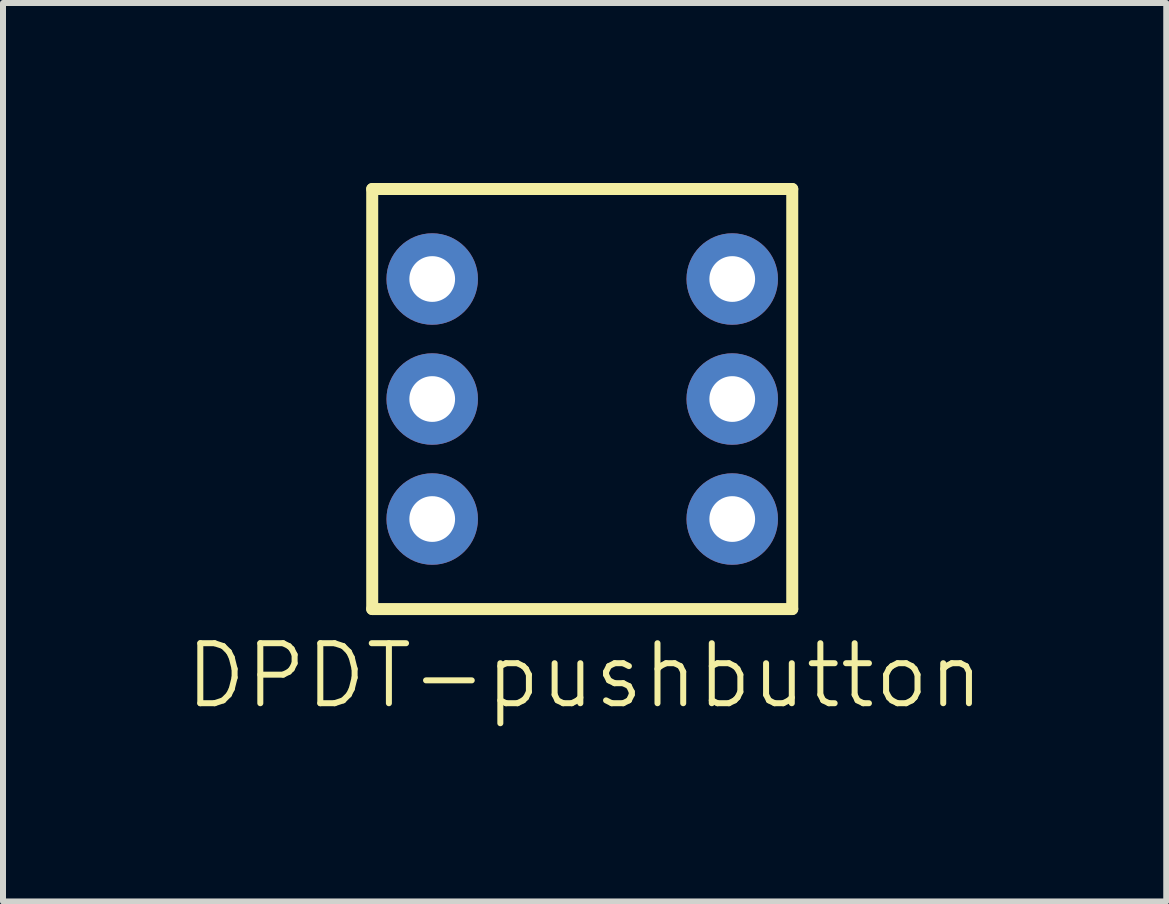
<source format=kicad_pcb>
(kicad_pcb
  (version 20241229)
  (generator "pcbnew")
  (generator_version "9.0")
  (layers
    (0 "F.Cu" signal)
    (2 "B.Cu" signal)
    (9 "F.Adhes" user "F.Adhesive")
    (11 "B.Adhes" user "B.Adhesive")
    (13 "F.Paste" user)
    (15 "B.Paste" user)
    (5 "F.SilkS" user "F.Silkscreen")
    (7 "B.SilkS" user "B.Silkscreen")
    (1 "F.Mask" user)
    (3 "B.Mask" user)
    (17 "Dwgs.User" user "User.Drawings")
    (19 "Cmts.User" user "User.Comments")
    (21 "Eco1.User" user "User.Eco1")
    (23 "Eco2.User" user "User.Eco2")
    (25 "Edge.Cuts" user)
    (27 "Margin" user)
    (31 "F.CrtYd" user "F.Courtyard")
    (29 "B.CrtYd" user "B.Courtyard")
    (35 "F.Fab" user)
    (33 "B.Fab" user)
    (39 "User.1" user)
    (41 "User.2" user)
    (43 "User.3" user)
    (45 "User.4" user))
  (footprint "DPDT-pushbutton"
    (layer "F.Cu")
    (at 6.693 8.712)
    (property "Reference" "DPDT-pushbutton" (at 0 -0.5 0) (unlocked yes) (layer "F.SilkS") (effects (font (size 1 1) (thickness 0.1))))
    (attr smd)
    (fp_line (start -3.54 -8.612) (end -3.54 -1.612) (stroke (width 0.2) (type solid)) (layer "F.SilkS"))
    (fp_line (start -3.54 -1.612) (end 3.46 -1.612) (stroke (width 0.2) (type solid)) (layer "F.SilkS"))
    (fp_line (start 3.46 -8.612) (end -3.54 -8.612) (stroke (width 0.2) (type solid)) (layer "F.SilkS"))
    (fp_line (start 3.46 -1.612) (end 3.46 -8.612) (stroke (width 0.2) (type solid)) (layer "F.SilkS"))
    (pad "1" thru_hole circle (at -2.54 -7.112) (size 1.524 1.524) (drill 0.762) (layers "*.Cu" "*.Mask"))
    (pad "2" thru_hole circle (at -2.54 -5.112) (size 1.524 1.524) (drill 0.762) (layers "*.Cu" "*.Mask"))
    (pad "3" thru_hole circle (at -2.54 -3.112) (size 1.524 1.524) (drill 0.762) (layers "*.Cu" "*.Mask"))
    (pad "4" thru_hole circle (at 2.46 -7.112) (size 1.524 1.524) (drill 0.762) (layers "*.Cu" "*.Mask"))
    (pad "5" thru_hole circle (at 2.46 -5.112) (size 1.524 1.524) (drill 0.762) (layers "*.Cu" "*.Mask"))
    (pad "6" thru_hole circle (at 2.46 -3.112) (size 1.524 1.524) (drill 0.762) (layers "*.Cu" "*.Mask")))
  (gr_rect
    (start -3 -3)
    (end 16.386 11.973)
    (stroke (width 0.1) (type default))
    (fill no)
    (layer "Edge.Cuts")))
</source>
